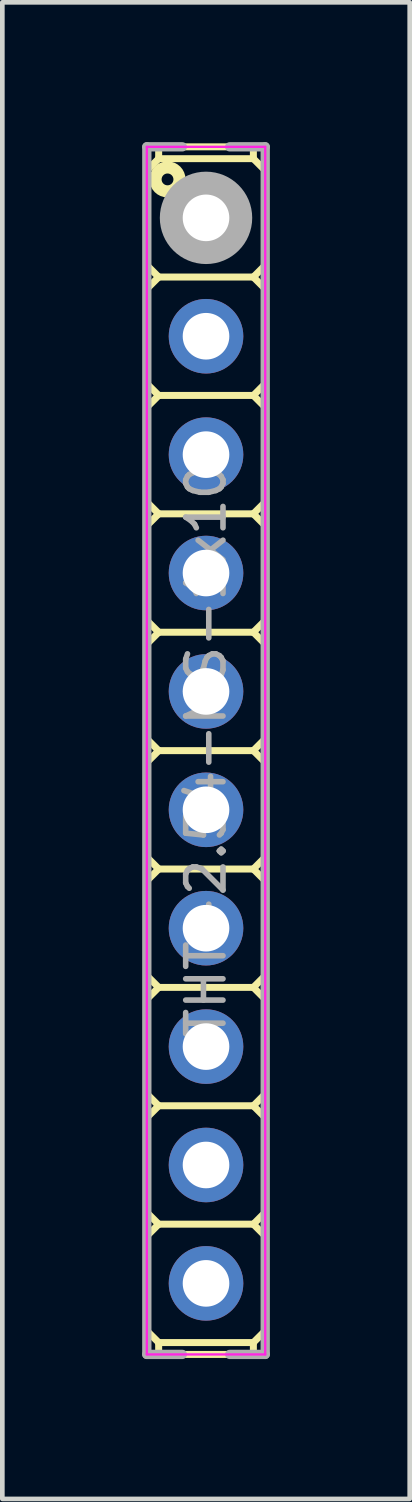
<source format=kicad_pcb>
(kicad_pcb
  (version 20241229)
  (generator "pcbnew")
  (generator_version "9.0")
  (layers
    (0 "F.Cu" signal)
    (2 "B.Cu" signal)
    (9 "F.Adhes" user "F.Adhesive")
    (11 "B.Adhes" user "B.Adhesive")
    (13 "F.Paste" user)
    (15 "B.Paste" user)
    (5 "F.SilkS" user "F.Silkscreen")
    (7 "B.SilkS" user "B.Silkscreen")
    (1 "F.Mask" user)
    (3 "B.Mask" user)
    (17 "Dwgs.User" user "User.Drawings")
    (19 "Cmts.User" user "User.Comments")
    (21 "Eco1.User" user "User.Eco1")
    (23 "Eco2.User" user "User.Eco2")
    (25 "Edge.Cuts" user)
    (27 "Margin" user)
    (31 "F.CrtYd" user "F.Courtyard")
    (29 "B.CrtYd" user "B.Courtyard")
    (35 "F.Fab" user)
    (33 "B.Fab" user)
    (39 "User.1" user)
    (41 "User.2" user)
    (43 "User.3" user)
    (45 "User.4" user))
  (footprint "THT-2.54-MS-1x10"
    (layer "F.Cu")
    (at 1.37 13.054)
    (property "Reference" "THT-2.54-MS-1x10" (at 0 0 270) (layer "F.Fab") (effects (font (size 0.8 0.8) (thickness 0.12))))
    (attr through_hole)
    (fp_line (start -1.27 -12.446) (end -1.27 -10.414) (stroke (width 0.15) (type solid)) (layer "F.SilkS"))
    (fp_line (start -1.27 -12.446) (end -1.016 -12.7) (stroke (width 0.15) (type solid)) (layer "F.SilkS"))
    (fp_line (start -1.27 -10.414) (end -1.016 -10.16) (stroke (width 0.15) (type solid)) (layer "F.SilkS"))
    (fp_line (start -1.27 -9.906) (end -1.27 -7.874) (stroke (width 0.15) (type solid)) (layer "F.SilkS"))
    (fp_line (start -1.27 -7.874) (end -1.016 -7.62) (stroke (width 0.15) (type solid)) (layer "F.SilkS"))
    (fp_line (start -1.27 -7.366) (end -1.27 -5.334) (stroke (width 0.15) (type solid)) (layer "F.SilkS"))
    (fp_line (start -1.27 -5.334) (end -1.016 -5.08) (stroke (width 0.15) (type solid)) (layer "F.SilkS"))
    (fp_line (start -1.27 -4.826) (end -1.27 -2.794) (stroke (width 0.15) (type solid)) (layer "F.SilkS"))
    (fp_line (start -1.27 -2.794) (end -1.016 -2.54) (stroke (width 0.15) (type solid)) (layer "F.SilkS"))
    (fp_line (start -1.27 -2.286) (end -1.27 -0.254) (stroke (width 0.15) (type solid)) (layer "F.SilkS"))
    (fp_line (start -1.27 -0.254) (end -1.016 0) (stroke (width 0.15) (type solid)) (layer "F.SilkS"))
    (fp_line (start -1.27 0.254) (end -1.27 2.286) (stroke (width 0.15) (type solid)) (layer "F.SilkS"))
    (fp_line (start -1.27 2.286) (end -1.016 2.54) (stroke (width 0.15) (type solid)) (layer "F.SilkS"))
    (fp_line (start -1.27 2.794) (end -1.27 4.826) (stroke (width 0.15) (type solid)) (layer "F.SilkS"))
    (fp_line (start -1.27 4.826) (end -1.016 5.08) (stroke (width 0.15) (type solid)) (layer "F.SilkS"))
    (fp_line (start -1.27 5.334) (end -1.27 7.366) (stroke (width 0.15) (type solid)) (layer "F.SilkS"))
    (fp_line (start -1.27 7.366) (end -1.016 7.62) (stroke (width 0.15) (type solid)) (layer "F.SilkS"))
    (fp_line (start -1.27 7.874) (end -1.27 9.906) (stroke (width 0.15) (type solid)) (layer "F.SilkS"))
    (fp_line (start -1.27 9.906) (end -1.016 10.16) (stroke (width 0.15) (type solid)) (layer "F.SilkS"))
    (fp_line (start -1.27 10.414) (end -1.27 12.446) (stroke (width 0.15) (type solid)) (layer "F.SilkS"))
    (fp_line (start -1.27 12.446) (end -1.016 12.7) (stroke (width 0.15) (type solid)) (layer "F.SilkS"))
    (fp_line (start -1.016 -12.954) (end 1.016 -12.954) (stroke (width 0.15) (type solid)) (layer "F.SilkS"))
    (fp_line (start -1.016 -12.7) (end -1.016 -12.954) (stroke (width 0.15) (type solid)) (layer "F.SilkS"))
    (fp_line (start -1.016 -12.7) (end 1.016 -12.7) (stroke (width 0.15) (type solid)) (layer "F.SilkS"))
    (fp_line (start -1.016 -10.16) (end -1.27 -9.906) (stroke (width 0.15) (type solid)) (layer "F.SilkS"))
    (fp_line (start -1.016 -7.62) (end -1.27 -7.366) (stroke (width 0.15) (type solid)) (layer "F.SilkS"))
    (fp_line (start -1.016 -7.62) (end 1.016 -7.62) (stroke (width 0.15) (type solid)) (layer "F.SilkS"))
    (fp_line (start -1.016 -5.08) (end -1.27 -4.826) (stroke (width 0.15) (type solid)) (layer "F.SilkS"))
    (fp_line (start -1.016 -2.54) (end -1.27 -2.286) (stroke (width 0.15) (type solid)) (layer "F.SilkS"))
    (fp_line (start -1.016 0) (end -1.27 0.254) (stroke (width 0.15) (type solid)) (layer "F.SilkS"))
    (fp_line (start -1.016 2.54) (end -1.27 2.794) (stroke (width 0.15) (type solid)) (layer "F.SilkS"))
    (fp_line (start -1.016 5.08) (end -1.27 5.334) (stroke (width 0.15) (type solid)) (layer "F.SilkS"))
    (fp_line (start -1.016 7.62) (end -1.27 7.874) (stroke (width 0.15) (type solid)) (layer "F.SilkS"))
    (fp_line (start -1.016 10.16) (end -1.27 10.414) (stroke (width 0.15) (type solid)) (layer "F.SilkS"))
    (fp_line (start -1.016 12.7) (end -1.016 12.954) (stroke (width 0.15) (type solid)) (layer "F.SilkS"))
    (fp_line (start -1.016 12.7) (end 1.016 12.7) (stroke (width 0.15) (type solid)) (layer "F.SilkS"))
    (fp_line (start -1.016 12.954) (end 1.016 12.954) (stroke (width 0.15) (type solid)) (layer "F.SilkS"))
    (fp_line (start 1.016 -12.954) (end 1.016 -12.7) (stroke (width 0.15) (type solid)) (layer "F.SilkS"))
    (fp_line (start 1.016 -12.7) (end 1.27 -12.446) (stroke (width 0.15) (type solid)) (layer "F.SilkS"))
    (fp_line (start 1.016 -10.16) (end -1.016 -10.16) (stroke (width 0.15) (type solid)) (layer "F.SilkS"))
    (fp_line (start 1.016 -7.62) (end 1.27 -7.874) (stroke (width 0.15) (type solid)) (layer "F.SilkS"))
    (fp_line (start 1.016 -5.08) (end -1.016 -5.08) (stroke (width 0.15) (type solid)) (layer "F.SilkS"))
    (fp_line (start 1.016 -5.08) (end 1.27 -5.334) (stroke (width 0.15) (type solid)) (layer "F.SilkS"))
    (fp_line (start 1.016 -2.54) (end -1.016 -2.54) (stroke (width 0.15) (type solid)) (layer "F.SilkS"))
    (fp_line (start 1.016 -2.54) (end 1.27 -2.794) (stroke (width 0.15) (type solid)) (layer "F.SilkS"))
    (fp_line (start 1.016 0) (end -1.016 0) (stroke (width 0.15) (type solid)) (layer "F.SilkS"))
    (fp_line (start 1.016 0) (end 1.27 -0.254) (stroke (width 0.15) (type solid)) (layer "F.SilkS"))
    (fp_line (start 1.016 2.54) (end -1.016 2.54) (stroke (width 0.15) (type solid)) (layer "F.SilkS"))
    (fp_line (start 1.016 2.54) (end 1.27 2.286) (stroke (width 0.15) (type solid)) (layer "F.SilkS"))
    (fp_line (start 1.016 5.08) (end -1.016 5.08) (stroke (width 0.15) (type solid)) (layer "F.SilkS"))
    (fp_line (start 1.016 5.08) (end 1.27 4.826) (stroke (width 0.15) (type solid)) (layer "F.SilkS"))
    (fp_line (start 1.016 7.62) (end -1.016 7.62) (stroke (width 0.15) (type solid)) (layer "F.SilkS"))
    (fp_line (start 1.016 7.62) (end 1.27 7.366) (stroke (width 0.15) (type solid)) (layer "F.SilkS"))
    (fp_line (start 1.016 10.16) (end -1.016 10.16) (stroke (width 0.15) (type solid)) (layer "F.SilkS"))
    (fp_line (start 1.016 10.16) (end 1.27 9.906) (stroke (width 0.15) (type solid)) (layer "F.SilkS"))
    (fp_line (start 1.016 12.7) (end 1.27 12.446) (stroke (width 0.15) (type solid)) (layer "F.SilkS"))
    (fp_line (start 1.016 12.954) (end 1.016 12.7) (stroke (width 0.15) (type solid)) (layer "F.SilkS"))
    (fp_line (start 1.27 -12.446) (end 1.27 -10.414) (stroke (width 0.15) (type solid)) (layer "F.SilkS"))
    (fp_line (start 1.27 -10.414) (end 1.016 -10.16) (stroke (width 0.15) (type solid)) (layer "F.SilkS"))
    (fp_line (start 1.27 -9.906) (end 1.016 -10.16) (stroke (width 0.15) (type solid)) (layer "F.SilkS"))
    (fp_line (start 1.27 -7.874) (end 1.27 -9.906) (stroke (width 0.15) (type solid)) (layer "F.SilkS"))
    (fp_line (start 1.27 -7.366) (end 1.016 -7.62) (stroke (width 0.15) (type solid)) (layer "F.SilkS"))
    (fp_line (start 1.27 -5.334) (end 1.27 -7.366) (stroke (width 0.15) (type solid)) (layer "F.SilkS"))
    (fp_line (start 1.27 -4.826) (end 1.016 -5.08) (stroke (width 0.15) (type solid)) (layer "F.SilkS"))
    (fp_line (start 1.27 -2.794) (end 1.27 -4.826) (stroke (width 0.15) (type solid)) (layer "F.SilkS"))
    (fp_line (start 1.27 -2.286) (end 1.016 -2.54) (stroke (width 0.15) (type solid)) (layer "F.SilkS"))
    (fp_line (start 1.27 -0.254) (end 1.27 -2.286) (stroke (width 0.15) (type solid)) (layer "F.SilkS"))
    (fp_line (start 1.27 0.254) (end 1.016 0) (stroke (width 0.15) (type solid)) (layer "F.SilkS"))
    (fp_line (start 1.27 2.286) (end 1.27 0.254) (stroke (width 0.15) (type solid)) (layer "F.SilkS"))
    (fp_line (start 1.27 2.794) (end 1.016 2.54) (stroke (width 0.15) (type solid)) (layer "F.SilkS"))
    (fp_line (start 1.27 4.826) (end 1.27 2.794) (stroke (width 0.15) (type solid)) (layer "F.SilkS"))
    (fp_line (start 1.27 5.334) (end 1.016 5.08) (stroke (width 0.15) (type solid)) (layer "F.SilkS"))
    (fp_line (start 1.27 7.366) (end 1.27 5.334) (stroke (width 0.15) (type solid)) (layer "F.SilkS"))
    (fp_line (start 1.27 7.874) (end 1.016 7.62) (stroke (width 0.15) (type solid)) (layer "F.SilkS"))
    (fp_line (start 1.27 9.906) (end 1.27 7.874) (stroke (width 0.15) (type solid)) (layer "F.SilkS"))
    (fp_line (start 1.27 10.414) (end 1.016 10.16) (stroke (width 0.15) (type solid)) (layer "F.SilkS"))
    (fp_line (start 1.27 12.446) (end 1.27 10.414) (stroke (width 0.15) (type solid)) (layer "F.SilkS"))
    (fp_circle (center -0.826 -12.255) (end -0.699 -12.255) (stroke (width 0.26) (type solid)) (fill no) (layer "F.SilkS"))
    (fp_line (start -1.27 -12.954) (end 1.27 -12.954) (stroke (width 0.05) (type solid)) (layer "F.CrtYd"))
    (fp_line (start -1.27 12.954) (end -1.27 -12.954) (stroke (width 0.05) (type solid)) (layer "F.CrtYd"))
    (fp_line (start 1.27 -12.954) (end 1.27 12.954) (stroke (width 0.05) (type solid)) (layer "F.CrtYd"))
    (fp_line (start 1.27 12.954) (end -1.27 12.954) (stroke (width 0.05) (type solid)) (layer "F.CrtYd"))
    (fp_line (start -1.27 -12.954) (end -1.27 12.954) (stroke (width 0.2) (type solid)) (layer "F.Fab"))
    (fp_line (start -0.508 -12.954) (end -1.27 -12.954) (stroke (width 0.2) (type solid)) (layer "F.Fab"))
    (fp_line (start -0.508 12.954) (end -1.27 12.954) (stroke (width 0.2) (type solid)) (layer "F.Fab"))
    (fp_line (start 1.27 -12.954) (end 0.508 -12.954) (stroke (width 0.2) (type solid)) (layer "F.Fab"))
    (fp_line (start 1.27 12.954) (end 0.508 12.954) (stroke (width 0.2) (type solid)) (layer "F.Fab"))
    (fp_line (start 1.27 12.954) (end 1.27 -12.954) (stroke (width 0.2) (type solid)) (layer "F.Fab"))
    (fp_circle (center 0 -11.43) (end 0 -11.239) (stroke (width 0.8) (type solid)) (fill no) (layer "F.Fab"))
    (pad "1" thru_hole circle (at 0 -11.43) (size 1.6 1.6) (drill 1) (layers "*.Cu" "*.Mask"))
    (pad "2" thru_hole circle (at 0 -8.89) (size 1.6 1.6) (drill 1) (layers "*.Cu" "*.Mask"))
    (pad "3" thru_hole circle (at 0 -6.35) (size 1.6 1.6) (drill 1) (layers "*.Cu" "*.Mask"))
    (pad "4" thru_hole circle (at 0 -3.81) (size 1.6 1.6) (drill 1) (layers "*.Cu" "*.Mask"))
    (pad "5" thru_hole circle (at 0 -1.27) (size 1.6 1.6) (drill 1) (layers "*.Cu" "*.Mask"))
    (pad "6" thru_hole circle (at 0 1.27) (size 1.6 1.6) (drill 1) (layers "*.Cu" "*.Mask"))
    (pad "7" thru_hole circle (at 0 3.81) (size 1.6 1.6) (drill 1) (layers "*.Cu" "*.Mask"))
    (pad "8" thru_hole circle (at 0 6.35) (size 1.6 1.6) (drill 1) (layers "*.Cu" "*.Mask"))
    (pad "9" thru_hole circle (at 0 8.89) (size 1.6 1.6) (drill 1) (layers "*.Cu" "*.Mask"))
    (pad "10" thru_hole circle (at 0 11.43) (size 1.6 1.6) (drill 1) (layers "*.Cu" "*.Mask")))
  (gr_rect
    (start -3 -3)
    (end 5.74 29.108)
    (stroke (width 0.1) (type default))
    (fill no)
    (layer "Edge.Cuts")))
</source>
